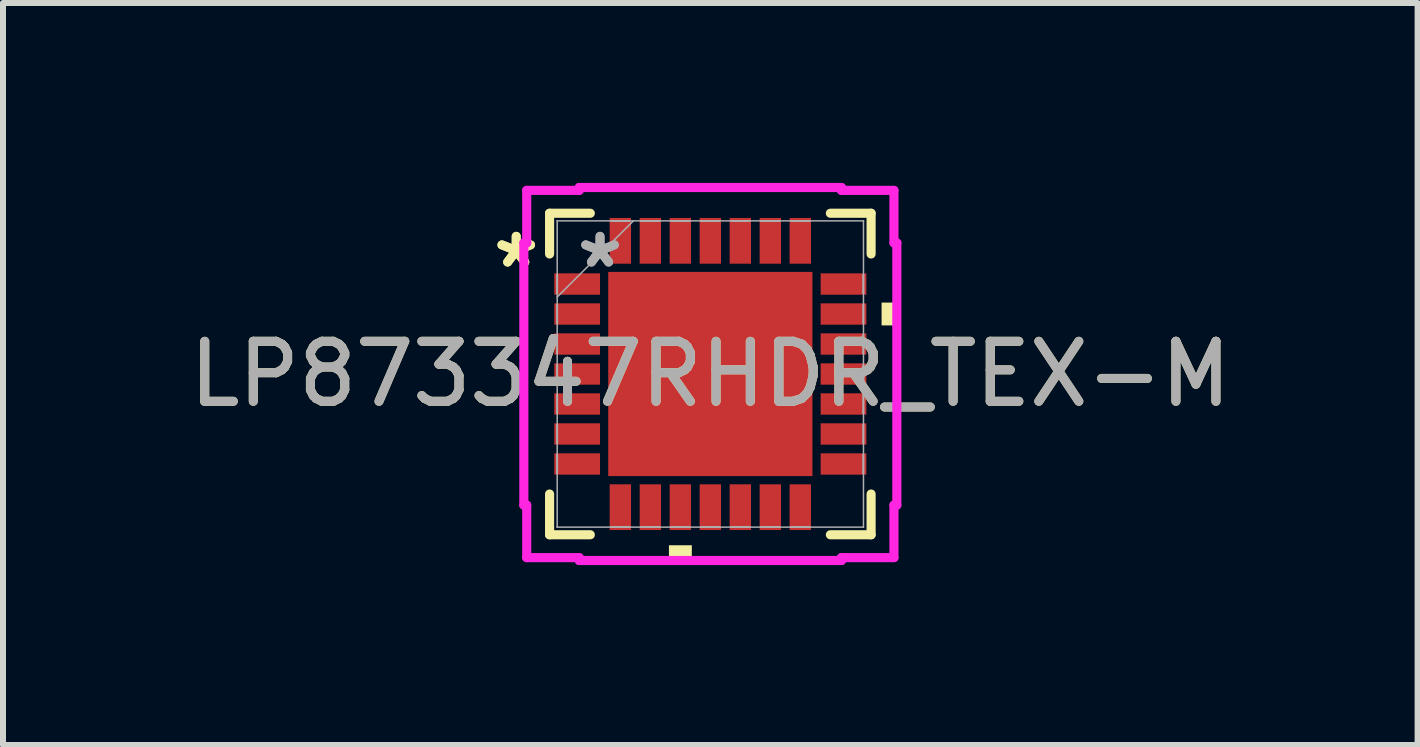
<source format=kicad_pcb>
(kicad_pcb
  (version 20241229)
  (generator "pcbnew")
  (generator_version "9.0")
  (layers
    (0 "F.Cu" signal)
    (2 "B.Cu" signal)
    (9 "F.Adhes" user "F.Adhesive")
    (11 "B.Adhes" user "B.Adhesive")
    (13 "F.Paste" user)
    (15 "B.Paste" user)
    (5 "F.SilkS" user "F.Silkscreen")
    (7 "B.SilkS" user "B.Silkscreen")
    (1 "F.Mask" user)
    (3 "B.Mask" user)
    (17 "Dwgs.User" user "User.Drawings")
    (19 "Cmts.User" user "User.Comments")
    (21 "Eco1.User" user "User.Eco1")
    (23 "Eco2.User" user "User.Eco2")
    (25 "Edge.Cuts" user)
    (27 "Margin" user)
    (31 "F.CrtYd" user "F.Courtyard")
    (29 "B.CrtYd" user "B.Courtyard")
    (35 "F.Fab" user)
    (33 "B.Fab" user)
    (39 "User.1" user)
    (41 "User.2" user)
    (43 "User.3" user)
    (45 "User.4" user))
  (footprint "LP873347RHDR_TEX-M"
    (layer "F.Cu")
    (at 8.792 3.185)
    (property "Reference" "LP873347RHDR_TEX-M" (at 0 0 0) (unlocked yes) (layer "F.SilkS") (effects (font (size 1 1) (thickness 0.15))))
    (attr smd)
    (fp_line (start -2.68 -2.68) (end -2.68 -2.001) (stroke (width 0.152) (type solid)) (layer "F.SilkS"))
    (fp_line (start -2.68 2.001) (end -2.68 2.68) (stroke (width 0.152) (type solid)) (layer "F.SilkS"))
    (fp_line (start -2.68 2.68) (end -2.001 2.68) (stroke (width 0.152) (type solid)) (layer "F.SilkS"))
    (fp_line (start -2.001 -2.68) (end -2.68 -2.68) (stroke (width 0.152) (type solid)) (layer "F.SilkS"))
    (fp_line (start 2.001 2.68) (end 2.68 2.68) (stroke (width 0.152) (type solid)) (layer "F.SilkS"))
    (fp_line (start 2.68 -2.68) (end 2.001 -2.68) (stroke (width 0.152) (type solid)) (layer "F.SilkS"))
    (fp_line (start 2.68 -2.001) (end 2.68 -2.68) (stroke (width 0.152) (type solid)) (layer "F.SilkS"))
    (fp_line (start 2.68 2.68) (end 2.68 2.001) (stroke (width 0.152) (type solid)) (layer "F.SilkS"))
    (fp_poly (pts (xy -0.69 2.855) (xy -0.69 3.109) (xy -0.309 3.109) (xy -0.309 2.855)) (stroke (width 0) (type solid)) (fill yes) (layer "F.SilkS"))
    (fp_poly (pts (xy 3.109 -1.191) (xy 3.109 -0.81) (xy 2.855 -0.81) (xy 2.855 -1.191)) (stroke (width 0) (type solid)) (fill yes) (layer "F.SilkS"))
    (fp_poly (pts (xy -1.602 -1.602) (xy -1.602 -0.1) (xy -0.1 -0.1) (xy -0.1 -1.602)) (stroke (width 0) (type solid)) (fill yes) (layer "F.Paste"))
    (fp_poly (pts (xy -1.602 0.1) (xy -1.602 1.602) (xy -0.1 1.602) (xy -0.1 0.1)) (stroke (width 0) (type solid)) (fill yes) (layer "F.Paste"))
    (fp_poly (pts (xy 0.1 -1.602) (xy 0.1 -0.1) (xy 1.602 -0.1) (xy 1.602 -1.602)) (stroke (width 0) (type solid)) (fill yes) (layer "F.Paste"))
    (fp_poly (pts (xy 0.1 0.1) (xy 0.1 1.602) (xy 1.602 1.602) (xy 1.602 0.1)) (stroke (width 0) (type solid)) (fill yes) (layer "F.Paste"))
    (fp_line (start -3.109 -2.186) (end -3.061 -2.186) (stroke (width 0.152) (type solid)) (layer "F.CrtYd"))
    (fp_line (start -3.109 2.186) (end -3.109 -2.186) (stroke (width 0.152) (type solid)) (layer "F.CrtYd"))
    (fp_line (start -3.061 -3.061) (end -2.186 -3.061) (stroke (width 0.152) (type solid)) (layer "F.CrtYd"))
    (fp_line (start -3.061 -2.186) (end -3.061 -3.061) (stroke (width 0.152) (type solid)) (layer "F.CrtYd"))
    (fp_line (start -3.061 2.186) (end -3.109 2.186) (stroke (width 0.152) (type solid)) (layer "F.CrtYd"))
    (fp_line (start -3.061 3.061) (end -3.061 2.186) (stroke (width 0.152) (type solid)) (layer "F.CrtYd"))
    (fp_line (start -2.186 -3.109) (end 2.186 -3.109) (stroke (width 0.152) (type solid)) (layer "F.CrtYd"))
    (fp_line (start -2.186 -3.061) (end -2.186 -3.109) (stroke (width 0.152) (type solid)) (layer "F.CrtYd"))
    (fp_line (start -2.186 3.061) (end -3.061 3.061) (stroke (width 0.152) (type solid)) (layer "F.CrtYd"))
    (fp_line (start -2.186 3.109) (end -2.186 3.061) (stroke (width 0.152) (type solid)) (layer "F.CrtYd"))
    (fp_line (start 2.186 -3.109) (end 2.186 -3.061) (stroke (width 0.152) (type solid)) (layer "F.CrtYd"))
    (fp_line (start 2.186 -3.061) (end 3.061 -3.061) (stroke (width 0.152) (type solid)) (layer "F.CrtYd"))
    (fp_line (start 2.186 3.061) (end 2.186 3.109) (stroke (width 0.152) (type solid)) (layer "F.CrtYd"))
    (fp_line (start 2.186 3.109) (end -2.186 3.109) (stroke (width 0.152) (type solid)) (layer "F.CrtYd"))
    (fp_line (start 3.061 -3.061) (end 3.061 -2.186) (stroke (width 0.152) (type solid)) (layer "F.CrtYd"))
    (fp_line (start 3.061 -2.186) (end 3.109 -2.186) (stroke (width 0.152) (type solid)) (layer "F.CrtYd"))
    (fp_line (start 3.061 2.186) (end 3.061 3.061) (stroke (width 0.152) (type solid)) (layer "F.CrtYd"))
    (fp_line (start 3.061 3.061) (end 2.186 3.061) (stroke (width 0.152) (type solid)) (layer "F.CrtYd"))
    (fp_line (start 3.109 -2.186) (end 3.109 2.186) (stroke (width 0.152) (type solid)) (layer "F.CrtYd"))
    (fp_line (start 3.109 2.186) (end 3.061 2.186) (stroke (width 0.152) (type solid)) (layer "F.CrtYd"))
    (fp_line (start -2.553 -2.553) (end -2.553 -2.553) (stroke (width 0.025) (type solid)) (layer "F.Fab"))
    (fp_line (start -2.553 -2.553) (end -2.553 2.553) (stroke (width 0.025) (type solid)) (layer "F.Fab"))
    (fp_line (start -2.553 -1.652) (end -2.55 -1.652) (stroke (width 0.025) (type solid)) (layer "F.Fab"))
    (fp_line (start -2.553 -1.348) (end -2.553 -1.652) (stroke (width 0.025) (type solid)) (layer "F.Fab"))
    (fp_line (start -2.553 -1.283) (end -1.283 -2.553) (stroke (width 0.025) (type solid)) (layer "F.Fab"))
    (fp_line (start -2.553 -1.152) (end -2.55 -1.152) (stroke (width 0.025) (type solid)) (layer "F.Fab"))
    (fp_line (start -2.553 -0.848) (end -2.553 -1.152) (stroke (width 0.025) (type solid)) (layer "F.Fab"))
    (fp_line (start -2.553 -0.652) (end -2.55 -0.652) (stroke (width 0.025) (type solid)) (layer "F.Fab"))
    (fp_line (start -2.553 -0.348) (end -2.553 -0.652) (stroke (width 0.025) (type solid)) (layer "F.Fab"))
    (fp_line (start -2.553 -0.152) (end -2.55 -0.152) (stroke (width 0.025) (type solid)) (layer "F.Fab"))
    (fp_line (start -2.553 0.152) (end -2.553 -0.152) (stroke (width 0.025) (type solid)) (layer "F.Fab"))
    (fp_line (start -2.553 0.348) (end -2.55 0.348) (stroke (width 0.025) (type solid)) (layer "F.Fab"))
    (fp_line (start -2.553 0.652) (end -2.553 0.348) (stroke (width 0.025) (type solid)) (layer "F.Fab"))
    (fp_line (start -2.553 0.848) (end -2.55 0.848) (stroke (width 0.025) (type solid)) (layer "F.Fab"))
    (fp_line (start -2.553 1.152) (end -2.553 0.848) (stroke (width 0.025) (type solid)) (layer "F.Fab"))
    (fp_line (start -2.553 1.348) (end -2.55 1.348) (stroke (width 0.025) (type solid)) (layer "F.Fab"))
    (fp_line (start -2.553 1.652) (end -2.553 1.348) (stroke (width 0.025) (type solid)) (layer "F.Fab"))
    (fp_line (start -2.553 2.553) (end -2.553 2.553) (stroke (width 0.025) (type solid)) (layer "F.Fab"))
    (fp_line (start -2.553 2.553) (end 2.553 2.553) (stroke (width 0.025) (type solid)) (layer "F.Fab"))
    (fp_line (start -2.55 -1.652) (end -2.55 -1.348) (stroke (width 0.025) (type solid)) (layer "F.Fab"))
    (fp_line (start -2.55 -1.348) (end -2.553 -1.348) (stroke (width 0.025) (type solid)) (layer "F.Fab"))
    (fp_line (start -2.55 -1.152) (end -2.55 -0.848) (stroke (width 0.025) (type solid)) (layer "F.Fab"))
    (fp_line (start -2.55 -0.848) (end -2.553 -0.848) (stroke (width 0.025) (type solid)) (layer "F.Fab"))
    (fp_line (start -2.55 -0.652) (end -2.55 -0.348) (stroke (width 0.025) (type solid)) (layer "F.Fab"))
    (fp_line (start -2.55 -0.348) (end -2.553 -0.348) (stroke (width 0.025) (type solid)) (layer "F.Fab"))
    (fp_line (start -2.55 -0.152) (end -2.55 0.152) (stroke (width 0.025) (type solid)) (layer "F.Fab"))
    (fp_line (start -2.55 0.152) (end -2.553 0.152) (stroke (width 0.025) (type solid)) (layer "F.Fab"))
    (fp_line (start -2.55 0.348) (end -2.55 0.652) (stroke (width 0.025) (type solid)) (layer "F.Fab"))
    (fp_line (start -2.55 0.652) (end -2.553 0.652) (stroke (width 0.025) (type solid)) (layer "F.Fab"))
    (fp_line (start -2.55 0.848) (end -2.55 1.152) (stroke (width 0.025) (type solid)) (layer "F.Fab"))
    (fp_line (start -2.55 1.152) (end -2.553 1.152) (stroke (width 0.025) (type solid)) (layer "F.Fab"))
    (fp_line (start -2.55 1.348) (end -2.55 1.652) (stroke (width 0.025) (type solid)) (layer "F.Fab"))
    (fp_line (start -2.55 1.652) (end -2.553 1.652) (stroke (width 0.025) (type solid)) (layer "F.Fab"))
    (fp_line (start -1.652 -2.553) (end -1.348 -2.553) (stroke (width 0.025) (type solid)) (layer "F.Fab"))
    (fp_line (start -1.652 -2.55) (end -1.652 -2.553) (stroke (width 0.025) (type solid)) (layer "F.Fab"))
    (fp_line (start -1.652 2.55) (end -1.348 2.55) (stroke (width 0.025) (type solid)) (layer "F.Fab"))
    (fp_line (start -1.652 2.553) (end -1.652 2.55) (stroke (width 0.025) (type solid)) (layer "F.Fab"))
    (fp_line (start -1.348 -2.553) (end -1.348 -2.55) (stroke (width 0.025) (type solid)) (layer "F.Fab"))
    (fp_line (start -1.348 -2.55) (end -1.652 -2.55) (stroke (width 0.025) (type solid)) (layer "F.Fab"))
    (fp_line (start -1.348 2.55) (end -1.348 2.553) (stroke (width 0.025) (type solid)) (layer "F.Fab"))
    (fp_line (start -1.348 2.553) (end -1.652 2.553) (stroke (width 0.025) (type solid)) (layer "F.Fab"))
    (fp_line (start -1.152 -2.553) (end -0.848 -2.553) (stroke (width 0.025) (type solid)) (layer "F.Fab"))
    (fp_line (start -1.152 -2.55) (end -1.152 -2.553) (stroke (width 0.025) (type solid)) (layer "F.Fab"))
    (fp_line (start -1.152 2.55) (end -0.848 2.55) (stroke (width 0.025) (type solid)) (layer "F.Fab"))
    (fp_line (start -1.152 2.553) (end -1.152 2.55) (stroke (width 0.025) (type solid)) (layer "F.Fab"))
    (fp_line (start -0.848 -2.553) (end -0.848 -2.55) (stroke (width 0.025) (type solid)) (layer "F.Fab"))
    (fp_line (start -0.848 -2.55) (end -1.152 -2.55) (stroke (width 0.025) (type solid)) (layer "F.Fab"))
    (fp_line (start -0.848 2.55) (end -0.848 2.553) (stroke (width 0.025) (type solid)) (layer "F.Fab"))
    (fp_line (start -0.848 2.553) (end -1.152 2.553) (stroke (width 0.025) (type solid)) (layer "F.Fab"))
    (fp_line (start -0.652 -2.553) (end -0.348 -2.553) (stroke (width 0.025) (type solid)) (layer "F.Fab"))
    (fp_line (start -0.652 -2.55) (end -0.652 -2.553) (stroke (width 0.025) (type solid)) (layer "F.Fab"))
    (fp_line (start -0.652 2.55) (end -0.348 2.55) (stroke (width 0.025) (type solid)) (layer "F.Fab"))
    (fp_line (start -0.652 2.553) (end -0.652 2.55) (stroke (width 0.025) (type solid)) (layer "F.Fab"))
    (fp_line (start -0.348 -2.553) (end -0.348 -2.55) (stroke (width 0.025) (type solid)) (layer "F.Fab"))
    (fp_line (start -0.348 -2.55) (end -0.652 -2.55) (stroke (width 0.025) (type solid)) (layer "F.Fab"))
    (fp_line (start -0.348 2.55) (end -0.348 2.553) (stroke (width 0.025) (type solid)) (layer "F.Fab"))
    (fp_line (start -0.348 2.553) (end -0.652 2.553) (stroke (width 0.025) (type solid)) (layer "F.Fab"))
    (fp_line (start -0.152 -2.553) (end 0.152 -2.553) (stroke (width 0.025) (type solid)) (layer "F.Fab"))
    (fp_line (start -0.152 -2.55) (end -0.152 -2.553) (stroke (width 0.025) (type solid)) (layer "F.Fab"))
    (fp_line (start -0.152 2.55) (end 0.152 2.55) (stroke (width 0.025) (type solid)) (layer "F.Fab"))
    (fp_line (start -0.152 2.553) (end -0.152 2.55) (stroke (width 0.025) (type solid)) (layer "F.Fab"))
    (fp_line (start 0.152 -2.553) (end 0.152 -2.55) (stroke (width 0.025) (type solid)) (layer "F.Fab"))
    (fp_line (start 0.152 -2.55) (end -0.152 -2.55) (stroke (width 0.025) (type solid)) (layer "F.Fab"))
    (fp_line (start 0.152 2.55) (end 0.152 2.553) (stroke (width 0.025) (type solid)) (layer "F.Fab"))
    (fp_line (start 0.152 2.553) (end -0.152 2.553) (stroke (width 0.025) (type solid)) (layer "F.Fab"))
    (fp_line (start 0.348 -2.553) (end 0.652 -2.553) (stroke (width 0.025) (type solid)) (layer "F.Fab"))
    (fp_line (start 0.348 -2.55) (end 0.348 -2.553) (stroke (width 0.025) (type solid)) (layer "F.Fab"))
    (fp_line (start 0.348 2.55) (end 0.652 2.55) (stroke (width 0.025) (type solid)) (layer "F.Fab"))
    (fp_line (start 0.348 2.553) (end 0.348 2.55) (stroke (width 0.025) (type solid)) (layer "F.Fab"))
    (fp_line (start 0.652 -2.553) (end 0.652 -2.55) (stroke (width 0.025) (type solid)) (layer "F.Fab"))
    (fp_line (start 0.652 -2.55) (end 0.348 -2.55) (stroke (width 0.025) (type solid)) (layer "F.Fab"))
    (fp_line (start 0.652 2.55) (end 0.652 2.553) (stroke (width 0.025) (type solid)) (layer "F.Fab"))
    (fp_line (start 0.652 2.553) (end 0.348 2.553) (stroke (width 0.025) (type solid)) (layer "F.Fab"))
    (fp_line (start 0.848 -2.553) (end 1.152 -2.553) (stroke (width 0.025) (type solid)) (layer "F.Fab"))
    (fp_line (start 0.848 -2.55) (end 0.848 -2.553) (stroke (width 0.025) (type solid)) (layer "F.Fab"))
    (fp_line (start 0.848 2.55) (end 1.152 2.55) (stroke (width 0.025) (type solid)) (layer "F.Fab"))
    (fp_line (start 0.848 2.553) (end 0.848 2.55) (stroke (width 0.025) (type solid)) (layer "F.Fab"))
    (fp_line (start 1.152 -2.553) (end 1.152 -2.55) (stroke (width 0.025) (type solid)) (layer "F.Fab"))
    (fp_line (start 1.152 -2.55) (end 0.848 -2.55) (stroke (width 0.025) (type solid)) (layer "F.Fab"))
    (fp_line (start 1.152 2.55) (end 1.152 2.553) (stroke (width 0.025) (type solid)) (layer "F.Fab"))
    (fp_line (start 1.152 2.553) (end 0.848 2.553) (stroke (width 0.025) (type solid)) (layer "F.Fab"))
    (fp_line (start 1.348 -2.553) (end 1.652 -2.553) (stroke (width 0.025) (type solid)) (layer "F.Fab"))
    (fp_line (start 1.348 -2.55) (end 1.348 -2.553) (stroke (width 0.025) (type solid)) (layer "F.Fab"))
    (fp_line (start 1.348 2.55) (end 1.652 2.55) (stroke (width 0.025) (type solid)) (layer "F.Fab"))
    (fp_line (start 1.348 2.553) (end 1.348 2.55) (stroke (width 0.025) (type solid)) (layer "F.Fab"))
    (fp_line (start 1.652 -2.553) (end 1.652 -2.55) (stroke (width 0.025) (type solid)) (layer "F.Fab"))
    (fp_line (start 1.652 -2.55) (end 1.348 -2.55) (stroke (width 0.025) (type solid)) (layer "F.Fab"))
    (fp_line (start 1.652 2.55) (end 1.652 2.553) (stroke (width 0.025) (type solid)) (layer "F.Fab"))
    (fp_line (start 1.652 2.553) (end 1.348 2.553) (stroke (width 0.025) (type solid)) (layer "F.Fab"))
    (fp_line (start 2.55 -1.652) (end 2.553 -1.652) (stroke (width 0.025) (type solid)) (layer "F.Fab"))
    (fp_line (start 2.55 -1.348) (end 2.55 -1.652) (stroke (width 0.025) (type solid)) (layer "F.Fab"))
    (fp_line (start 2.55 -1.152) (end 2.553 -1.152) (stroke (width 0.025) (type solid)) (layer "F.Fab"))
    (fp_line (start 2.55 -0.848) (end 2.55 -1.152) (stroke (width 0.025) (type solid)) (layer "F.Fab"))
    (fp_line (start 2.55 -0.652) (end 2.553 -0.652) (stroke (width 0.025) (type solid)) (layer "F.Fab"))
    (fp_line (start 2.55 -0.348) (end 2.55 -0.652) (stroke (width 0.025) (type solid)) (layer "F.Fab"))
    (fp_line (start 2.55 -0.152) (end 2.553 -0.152) (stroke (width 0.025) (type solid)) (layer "F.Fab"))
    (fp_line (start 2.55 0.152) (end 2.55 -0.152) (stroke (width 0.025) (type solid)) (layer "F.Fab"))
    (fp_line (start 2.55 0.348) (end 2.553 0.348) (stroke (width 0.025) (type solid)) (layer "F.Fab"))
    (fp_line (start 2.55 0.652) (end 2.55 0.348) (stroke (width 0.025) (type solid)) (layer "F.Fab"))
    (fp_line (start 2.55 0.848) (end 2.553 0.848) (stroke (width 0.025) (type solid)) (layer "F.Fab"))
    (fp_line (start 2.55 1.152) (end 2.55 0.848) (stroke (width 0.025) (type solid)) (layer "F.Fab"))
    (fp_line (start 2.55 1.348) (end 2.553 1.348) (stroke (width 0.025) (type solid)) (layer "F.Fab"))
    (fp_line (start 2.55 1.652) (end 2.55 1.348) (stroke (width 0.025) (type solid)) (layer "F.Fab"))
    (fp_line (start 2.553 -2.553) (end -2.553 -2.553) (stroke (width 0.025) (type solid)) (layer "F.Fab"))
    (fp_line (start 2.553 -2.553) (end 2.553 -2.553) (stroke (width 0.025) (type solid)) (layer "F.Fab"))
    (fp_line (start 2.553 -1.652) (end 2.553 -1.348) (stroke (width 0.025) (type solid)) (layer "F.Fab"))
    (fp_line (start 2.553 -1.348) (end 2.55 -1.348) (stroke (width 0.025) (type solid)) (layer "F.Fab"))
    (fp_line (start 2.553 -1.152) (end 2.553 -0.848) (stroke (width 0.025) (type solid)) (layer "F.Fab"))
    (fp_line (start 2.553 -0.848) (end 2.55 -0.848) (stroke (width 0.025) (type solid)) (layer "F.Fab"))
    (fp_line (start 2.553 -0.652) (end 2.553 -0.348) (stroke (width 0.025) (type solid)) (layer "F.Fab"))
    (fp_line (start 2.553 -0.348) (end 2.55 -0.348) (stroke (width 0.025) (type solid)) (layer "F.Fab"))
    (fp_line (start 2.553 -0.152) (end 2.553 0.152) (stroke (width 0.025) (type solid)) (layer "F.Fab"))
    (fp_line (start 2.553 0.152) (end 2.55 0.152) (stroke (width 0.025) (type solid)) (layer "F.Fab"))
    (fp_line (start 2.553 0.348) (end 2.553 0.652) (stroke (width 0.025) (type solid)) (layer "F.Fab"))
    (fp_line (start 2.553 0.652) (end 2.55 0.652) (stroke (width 0.025) (type solid)) (layer "F.Fab"))
    (fp_line (start 2.553 0.848) (end 2.553 1.152) (stroke (width 0.025) (type solid)) (layer "F.Fab"))
    (fp_line (start 2.553 1.152) (end 2.55 1.152) (stroke (width 0.025) (type solid)) (layer "F.Fab"))
    (fp_line (start 2.553 1.348) (end 2.553 1.652) (stroke (width 0.025) (type solid)) (layer "F.Fab"))
    (fp_line (start 2.553 1.652) (end 2.55 1.652) (stroke (width 0.025) (type solid)) (layer "F.Fab"))
    (fp_line (start 2.553 2.553) (end 2.553 -2.553) (stroke (width 0.025) (type solid)) (layer "F.Fab"))
    (fp_line (start 2.553 2.553) (end 2.553 2.553) (stroke (width 0.025) (type solid)) (layer "F.Fab"))
    (fp_text user "*" (at -3.236 -1.75 0) (layer "F.SilkS") (effects (font (size 1 1) (thickness 0.15))))
    (fp_text user "*" (at -3.236 -1.75 0) (unlocked yes) (layer "F.SilkS") (effects (font (size 1 1) (thickness 0.15))))
    (fp_text user "*" (at -1.839 -1.75 0) (unlocked yes) (layer "F.Fab") (effects (font (size 1 1) (thickness 0.15))))
    (fp_text user "${REFERENCE}" (at 0 0 0) (unlocked yes) (layer "F.Fab") (effects (font (size 1 1) (thickness 0.15))))
    (fp_text user "*" (at -1.839 -1.75 0) (layer "F.Fab") (effects (font (size 1 1) (thickness 0.15))))
    (pad "1" smd rect (at -2.22 -1.5 90) (size 0.356 0.762) (layers "F.Cu" "F.Mask" "F.Paste"))
    (pad "2" smd rect (at -2.22 -1 90) (size 0.356 0.762) (layers "F.Cu" "F.Mask" "F.Paste"))
    (pad "3" smd rect (at -2.22 -0.5 90) (size 0.356 0.762) (layers "F.Cu" "F.Mask" "F.Paste"))
    (pad "4" smd rect (at -2.22 0 90) (size 0.356 0.762) (layers "F.Cu" "F.Mask" "F.Paste"))
    (pad "5" smd rect (at -2.22 0.5 90) (size 0.356 0.762) (layers "F.Cu" "F.Mask" "F.Paste"))
    (pad "6" smd rect (at -2.22 1 90) (size 0.356 0.762) (layers "F.Cu" "F.Mask" "F.Paste"))
    (pad "7" smd rect (at -2.22 1.5 90) (size 0.356 0.762) (layers "F.Cu" "F.Mask" "F.Paste"))
    (pad "8" smd rect (at -1.5 2.22) (size 0.356 0.762) (layers "F.Cu" "F.Mask" "F.Paste"))
    (pad "9" smd rect (at -1 2.22) (size 0.356 0.762) (layers "F.Cu" "F.Mask" "F.Paste"))
    (pad "10" smd rect (at -0.5 2.22) (size 0.356 0.762) (layers "F.Cu" "F.Mask" "F.Paste"))
    (pad "11" smd rect (at 0 2.22) (size 0.356 0.762) (layers "F.Cu" "F.Mask" "F.Paste"))
    (pad "12" smd rect (at 0.5 2.22) (size 0.356 0.762) (layers "F.Cu" "F.Mask" "F.Paste"))
    (pad "13" smd rect (at 1 2.22) (size 0.356 0.762) (layers "F.Cu" "F.Mask" "F.Paste"))
    (pad "14" smd rect (at 1.5 2.22) (size 0.356 0.762) (layers "F.Cu" "F.Mask" "F.Paste"))
    (pad "15" smd rect (at 2.22 1.5 90) (size 0.356 0.762) (layers "F.Cu" "F.Mask" "F.Paste"))
    (pad "16" smd rect (at 2.22 1 90) (size 0.356 0.762) (layers "F.Cu" "F.Mask" "F.Paste"))
    (pad "17" smd rect (at 2.22 0.5 90) (size 0.356 0.762) (layers "F.Cu" "F.Mask" "F.Paste"))
    (pad "18" smd rect (at 2.22 0 90) (size 0.356 0.762) (layers "F.Cu" "F.Mask" "F.Paste"))
    (pad "19" smd rect (at 2.22 -0.5 90) (size 0.356 0.762) (layers "F.Cu" "F.Mask" "F.Paste"))
    (pad "20" smd rect (at 2.22 -1 90) (size 0.356 0.762) (layers "F.Cu" "F.Mask" "F.Paste"))
    (pad "21" smd rect (at 2.22 -1.5 90) (size 0.356 0.762) (layers "F.Cu" "F.Mask" "F.Paste"))
    (pad "22" smd rect (at 1.5 -2.22) (size 0.356 0.762) (layers "F.Cu" "F.Mask" "F.Paste"))
    (pad "23" smd rect (at 1 -2.22) (size 0.356 0.762) (layers "F.Cu" "F.Mask" "F.Paste"))
    (pad "24" smd rect (at 0.5 -2.22) (size 0.356 0.762) (layers "F.Cu" "F.Mask" "F.Paste"))
    (pad "25" smd rect (at 0 -2.22) (size 0.356 0.762) (layers "F.Cu" "F.Mask" "F.Paste"))
    (pad "26" smd rect (at -0.5 -2.22) (size 0.356 0.762) (layers "F.Cu" "F.Mask" "F.Paste"))
    (pad "27" smd rect (at -1 -2.22) (size 0.356 0.762) (layers "F.Cu" "F.Mask" "F.Paste"))
    (pad "28" smd rect (at -1.5 -2.22) (size 0.356 0.762) (layers "F.Cu" "F.Mask" "F.Paste"))
    (pad "29" smd rect (at 0 0) (size 3.404 3.404) (layers "F.Cu" "F.Mask")))
  (gr_rect
    (start -3 -3)
    (end 20.583 9.37)
    (stroke (width 0.1) (type default))
    (fill no)
    (layer "Edge.Cuts")))
</source>
